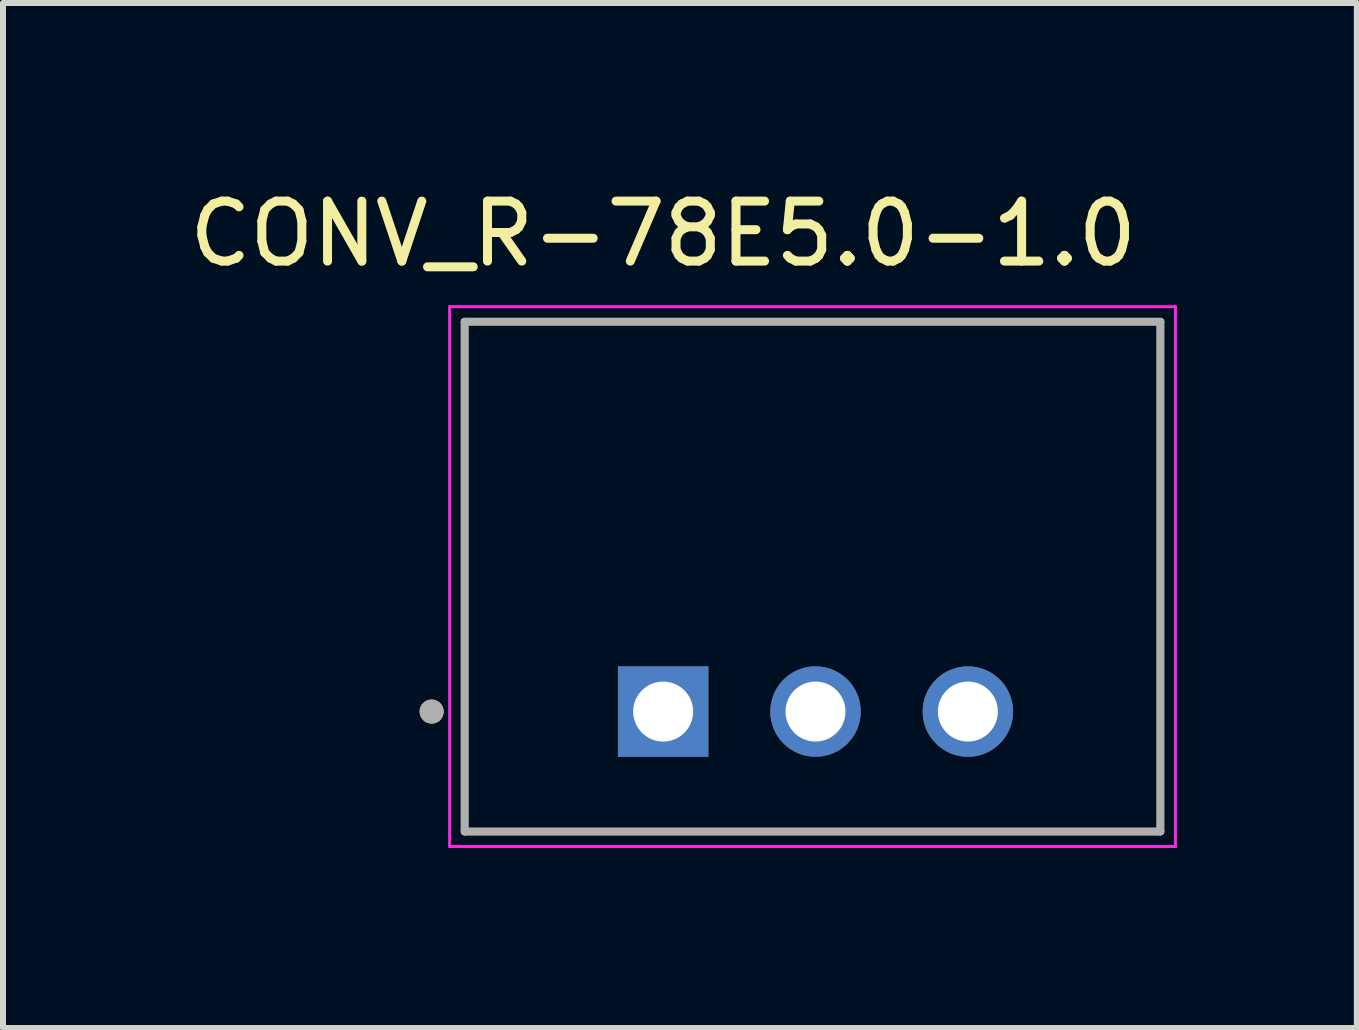
<source format=kicad_pcb>
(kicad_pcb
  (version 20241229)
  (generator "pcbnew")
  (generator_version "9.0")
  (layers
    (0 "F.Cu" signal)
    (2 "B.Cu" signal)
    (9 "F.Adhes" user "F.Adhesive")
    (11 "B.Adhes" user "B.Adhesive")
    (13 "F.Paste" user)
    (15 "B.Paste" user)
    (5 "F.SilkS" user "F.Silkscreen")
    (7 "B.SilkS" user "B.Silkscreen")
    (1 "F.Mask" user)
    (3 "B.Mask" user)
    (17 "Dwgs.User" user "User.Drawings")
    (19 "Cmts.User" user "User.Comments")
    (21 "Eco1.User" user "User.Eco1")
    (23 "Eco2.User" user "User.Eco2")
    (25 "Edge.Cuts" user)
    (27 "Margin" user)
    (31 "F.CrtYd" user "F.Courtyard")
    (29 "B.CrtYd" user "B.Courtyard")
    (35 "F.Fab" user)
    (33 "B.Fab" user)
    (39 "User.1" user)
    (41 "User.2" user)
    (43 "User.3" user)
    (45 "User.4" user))
  (footprint "CONV_R-78E5.0-1.0"
    (layer "F.Cu")
    (at 10.546 6.563)
    (property "Reference" "CONV_R-78E5.0-1.0" (at -2.54 -5.715 0) (layer "F.SilkS") (effects (font (size 1 1) (thickness 0.15))))
    (attr through_hole)
    (fp_line (start -5.85 -4.25) (end -5.85 4.25) (stroke (width 0.127) (type solid)) (layer "F.SilkS"))
    (fp_line (start -5.85 4.25) (end 5.75 4.25) (stroke (width 0.127) (type solid)) (layer "F.SilkS"))
    (fp_line (start 5.75 -4.25) (end -5.85 -4.25) (stroke (width 0.127) (type solid)) (layer "F.SilkS"))
    (fp_line (start 5.75 4.25) (end 5.75 -4.25) (stroke (width 0.127) (type solid)) (layer "F.SilkS"))
    (fp_circle (center -6.4 2.25) (end -6.3 2.25) (stroke (width 0.2) (type solid)) (fill no) (layer "F.SilkS"))
    (fp_line (start -6.1 -4.5) (end -6.1 4.5) (stroke (width 0.05) (type solid)) (layer "F.CrtYd"))
    (fp_line (start -6.1 4.5) (end 6 4.5) (stroke (width 0.05) (type solid)) (layer "F.CrtYd"))
    (fp_line (start 6 -4.5) (end -6.1 -4.5) (stroke (width 0.05) (type solid)) (layer "F.CrtYd"))
    (fp_line (start 6 4.5) (end 6 -4.5) (stroke (width 0.05) (type solid)) (layer "F.CrtYd"))
    (fp_line (start -5.85 -4.25) (end -5.85 4.25) (stroke (width 0.127) (type solid)) (layer "F.Fab"))
    (fp_line (start -5.85 4.25) (end 5.75 4.25) (stroke (width 0.127) (type solid)) (layer "F.Fab"))
    (fp_line (start 5.75 -4.25) (end -5.85 -4.25) (stroke (width 0.127) (type solid)) (layer "F.Fab"))
    (fp_line (start 5.75 4.25) (end 5.75 -4.25) (stroke (width 0.127) (type solid)) (layer "F.Fab"))
    (fp_circle (center -6.4 2.25) (end -6.3 2.25) (stroke (width 0.2) (type solid)) (fill no) (layer "F.Fab"))
    (pad "1" thru_hole rect (at -2.54 2.25) (size 1.508 1.508) (drill 1) (layers "*.Cu" "*.Mask"))
    (pad "2" thru_hole circle (at 0 2.25) (size 1.508 1.508) (drill 1) (layers "*.Cu" "*.Mask"))
    (pad "3" thru_hole circle (at 2.54 2.25) (size 1.508 1.508) (drill 1) (layers "*.Cu" "*.Mask")))
  (gr_rect
    (start -3 -3)
    (end 19.571 14.088)
    (stroke (width 0.1) (type default))
    (fill no)
    (layer "Edge.Cuts")))
</source>
